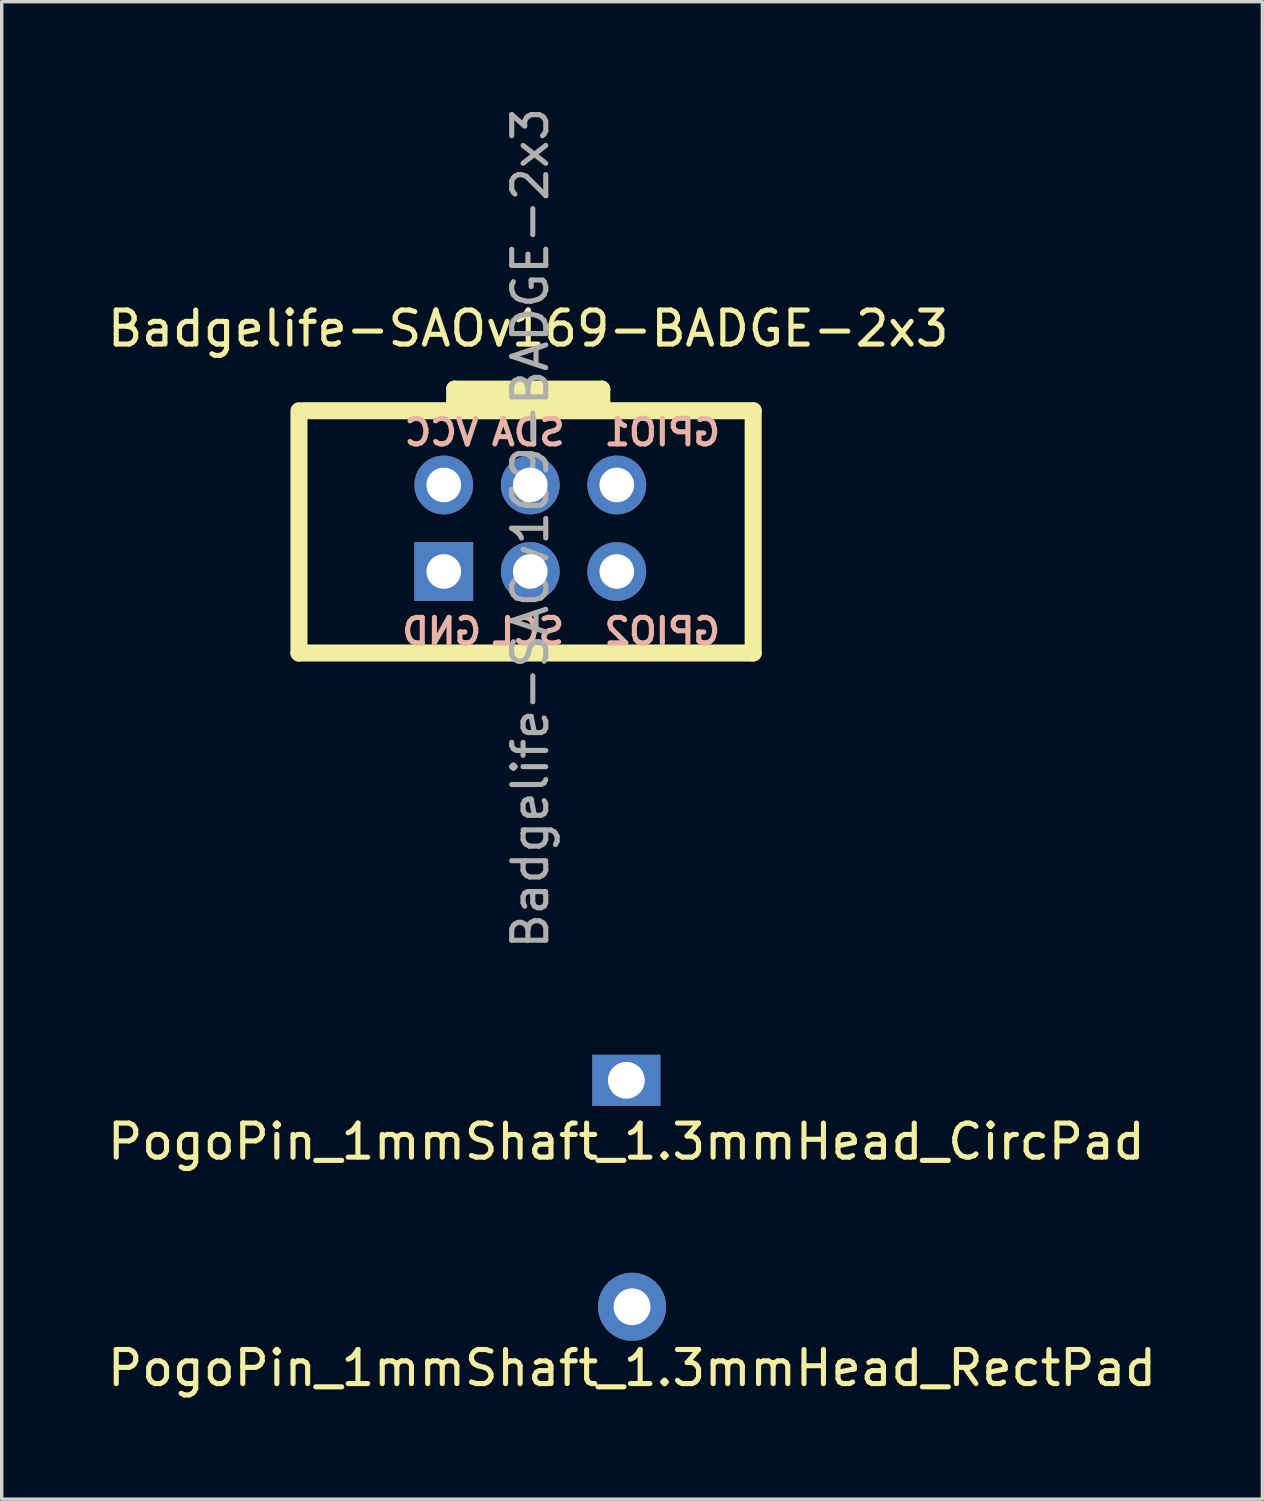
<source format=kicad_pcb>
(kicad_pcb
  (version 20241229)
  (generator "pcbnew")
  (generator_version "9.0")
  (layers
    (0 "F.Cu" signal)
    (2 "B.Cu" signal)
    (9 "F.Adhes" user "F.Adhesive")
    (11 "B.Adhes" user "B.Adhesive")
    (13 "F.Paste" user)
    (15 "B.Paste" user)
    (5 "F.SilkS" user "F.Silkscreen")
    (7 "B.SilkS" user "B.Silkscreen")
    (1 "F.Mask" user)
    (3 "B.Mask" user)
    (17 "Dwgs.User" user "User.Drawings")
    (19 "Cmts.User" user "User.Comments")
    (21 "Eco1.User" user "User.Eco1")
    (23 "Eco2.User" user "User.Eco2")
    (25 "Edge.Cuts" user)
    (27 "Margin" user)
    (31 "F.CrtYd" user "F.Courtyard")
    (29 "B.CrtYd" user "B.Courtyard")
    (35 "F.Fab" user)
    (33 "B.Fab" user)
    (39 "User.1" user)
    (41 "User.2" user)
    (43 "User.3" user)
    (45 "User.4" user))
  (footprint "PogoPin_1mmShaft_1.3mmHead_RectPad"
    (layer "F.Cu")
    (at 15.506 35.315)
    (property "Reference" "PogoPin_1mmShaft_1.3mmHead_RectPad" (at 0 1.8 0) (layer "F.SilkS") (effects (font (size 1 1) (thickness 0.15))))
    (attr through_hole)
    (pad "1" thru_hole circle (at 0 0) (size 2 2) (drill 1.08) (layers "*.Cu" "*.Mask")))
  (footprint "Badgelife-SAOv169-BADGE-2x3"
    (layer "F.Cu")
    (at 12.458 12.438)
    (property "Reference" "Badgelife-SAOv169-BADGE-2x3" (at 0 -5.842 0) (layer "F.SilkS") (effects (font (size 1 1) (thickness 0.15))))
    (attr through_hole)
    (fp_line (start -6.731 3.683) (end -6.731 -3.429) (stroke (width 0.5) (type solid)) (layer "F.SilkS"))
    (fp_line (start -6.604 -3.429) (end 6.604 -3.429) (stroke (width 0.5) (type solid)) (layer "F.SilkS"))
    (fp_line (start -2.159 -4.064) (end 2.159 -4.064) (stroke (width 0.5) (type solid)) (layer "F.SilkS"))
    (fp_line (start -2.159 -3.556) (end -2.159 -4.064) (stroke (width 0.5) (type solid)) (layer "F.SilkS"))
    (fp_line (start 2.159 -4.064) (end 2.159 -3.556) (stroke (width 0.5) (type solid)) (layer "F.SilkS"))
    (fp_line (start 2.159 -3.683) (end -2.159 -3.683) (stroke (width 0.5) (type solid)) (layer "F.SilkS"))
    (fp_line (start 6.604 -3.429) (end 6.604 3.683) (stroke (width 0.5) (type solid)) (layer "F.SilkS"))
    (fp_line (start 6.604 3.683) (end -6.731 3.683) (stroke (width 0.5) (type solid)) (layer "F.SilkS"))
    (fp_text user "GPIO2" (at 3.937 3.048 0) (layer "B.SilkS") (effects (font (size 0.75 0.75) (thickness 0.15)) (justify mirror)))
    (fp_text user "SCL" (at 0 3.048 0) (layer "B.SilkS") (effects (font (size 0.75 0.75) (thickness 0.15)) (justify mirror)))
    (fp_text user "GPIO1" (at 3.937 -2.794 0) (layer "B.SilkS") (effects (font (size 0.75 0.75) (thickness 0.15)) (justify mirror)))
    (fp_text user "SDA" (at 0 -2.794 0) (layer "B.SilkS") (effects (font (size 0.75 0.75) (thickness 0.15)) (justify mirror)))
    (fp_text user "GND" (at -2.54 3.048 0) (layer "B.SilkS") (effects (font (size 0.75 0.75) (thickness 0.15)) (justify mirror)))
    (fp_text user "VCC" (at -2.54 -2.794 0) (layer "B.SilkS") (effects (font (size 0.75 0.75) (thickness 0.15)) (justify mirror)))
    (fp_text user "${REFERENCE}" (at 0.06 0.02 270) (layer "F.Fab") (effects (font (size 1 1) (thickness 0.15))))
    (pad "1" thru_hole oval (at -2.48 -1.25 270) (size 1.727 1.727) (drill 1.016) (layers "*.Cu" "*.Mask"))
    (pad "2" thru_hole rect (at -2.48 1.29 270) (size 1.727 1.727) (drill 1.016) (layers "*.Cu" "*.Mask"))
    (pad "3" thru_hole oval (at 0.06 -1.25 270) (size 1.727 1.727) (drill 1.016) (layers "*.Cu" "*.Mask"))
    (pad "4" thru_hole oval (at 0.06 1.29 270) (size 1.727 1.727) (drill 1.016) (layers "*.Cu" "*.Mask"))
    (pad "5" thru_hole circle (at 2.6 -1.25 270) (size 1.727 1.727) (drill 1.016) (layers "*.Cu" "*.Mask"))
    (pad "6" thru_hole circle (at 2.6 1.29 270) (size 1.727 1.727) (drill 1.016) (layers "*.Cu" "*.Mask")))
  (footprint "PogoPin_1mmShaft_1.3mmHead_CircPad"
    (layer "F.Cu")
    (at 15.339 28.667)
    (property "Reference" "PogoPin_1mmShaft_1.3mmHead_CircPad" (at 0 1.8 0) (layer "F.SilkS") (effects (font (size 1 1) (thickness 0.15))))
    (attr through_hole)
    (pad "1" thru_hole rect (at 0 0) (size 2 1.5) (drill 1.08) (layers "*.Cu" "*.Mask")))
  (gr_rect
    (start -3 -3)
    (end 34.012 40.963)
    (stroke (width 0.1) (type default))
    (fill no)
    (layer "Edge.Cuts")))
</source>
